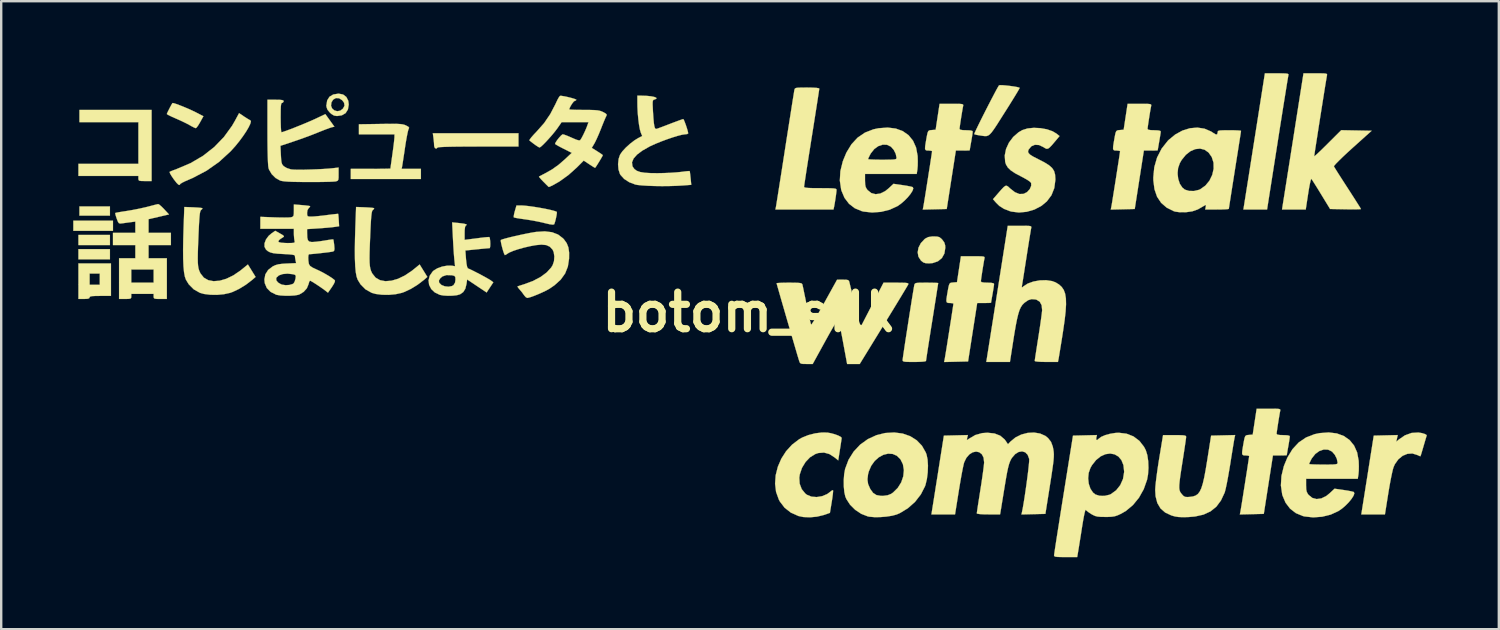
<source format=kicad_pcb>
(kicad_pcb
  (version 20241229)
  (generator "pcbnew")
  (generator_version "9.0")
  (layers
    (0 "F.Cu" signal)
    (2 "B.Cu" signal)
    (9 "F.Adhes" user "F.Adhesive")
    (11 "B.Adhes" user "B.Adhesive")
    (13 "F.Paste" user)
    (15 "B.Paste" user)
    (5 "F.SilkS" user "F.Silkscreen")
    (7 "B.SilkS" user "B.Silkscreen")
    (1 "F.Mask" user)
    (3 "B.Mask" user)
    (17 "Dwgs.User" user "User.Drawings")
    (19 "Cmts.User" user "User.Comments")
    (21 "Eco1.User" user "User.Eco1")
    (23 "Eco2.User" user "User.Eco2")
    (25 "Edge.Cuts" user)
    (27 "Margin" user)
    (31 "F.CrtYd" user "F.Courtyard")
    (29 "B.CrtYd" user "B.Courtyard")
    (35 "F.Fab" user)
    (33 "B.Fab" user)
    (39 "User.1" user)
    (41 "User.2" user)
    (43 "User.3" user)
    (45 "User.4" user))
  (footprint "botom_silk"
    (layer "F.Cu")
    (at 28.157 9.953)
    (property "Reference" "botom_silk" (at 0 0 0) (layer "F.SilkS") (effects (font (size 1.524 1.524) (thickness 0.3))))
    (attr through_hole)
    (fp_poly (pts (xy -26.628 -4.022) (xy -27.898 -4.022) (xy -27.898 -4.403) (xy -26.628 -4.403) (xy -26.628 -4.022)) (stroke (width 0.01) (type solid)) (fill yes) (layer "F.SilkS"))
    (fp_poly (pts (xy -26.628 -2.794) (xy -27.94 -2.794) (xy -27.94 -3.217) (xy -26.628 -3.217) (xy -26.628 -2.794)) (stroke (width 0.01) (type solid)) (fill yes) (layer "F.SilkS"))
    (fp_poly (pts (xy -26.628 -2.201) (xy -27.94 -2.201) (xy -27.94 -2.625) (xy -26.628 -2.625) (xy -26.628 -2.201)) (stroke (width 0.01) (type solid)) (fill yes) (layer "F.SilkS"))
    (fp_poly (pts (xy -26.501 -3.387) (xy -28.152 -3.387) (xy -28.152 -3.81) (xy -26.501 -3.81) (xy -26.501 -3.387)) (stroke (width 0.01) (type solid)) (fill yes) (layer "F.SilkS"))
    (fp_poly (pts (xy -24.892 -5.461) (xy -25.167 -5.461) (xy -25.315 -5.463) (xy -25.397 -5.473) (xy -25.433 -5.5) (xy -25.442 -5.55) (xy -25.442 -5.567) (xy -25.442 -5.673) (xy -27.94 -5.673) (xy -27.94 -6.181) (xy -25.442 -6.181) (xy -25.442 -7.916) (xy -27.898 -7.916) (xy -27.898 -8.424) (xy -24.892 -8.424) (xy -24.892 -5.461)) (stroke (width 0.01) (type solid)) (fill yes) (layer "F.SilkS"))
    (fp_poly (pts (xy -9.61 -6.9) (xy -11.279 -6.9) (xy -11.74 -6.899) (xy -12.132 -6.896) (xy -12.453 -6.891) (xy -12.701 -6.884) (xy -12.871 -6.875) (xy -12.961 -6.864) (xy -12.975 -6.858) (xy -13.034 -6.812) (xy -13.091 -6.835) (xy -13.122 -6.915) (xy -13.123 -6.937) (xy -13.129 -7.055) (xy -13.144 -7.205) (xy -13.15 -7.254) (xy -13.177 -7.451) (xy -9.61 -7.451) (xy -9.61 -6.9)) (stroke (width 0.01) (type solid)) (fill yes) (layer "F.SilkS"))
    (fp_poly (pts (xy -26.585 -0.677) (xy -27.03 -0.677) (xy -27.233 -0.675) (xy -27.365 -0.668) (xy -27.44 -0.654) (xy -27.471 -0.631) (xy -27.474 -0.614) (xy -27.495 -0.576) (xy -27.569 -0.556) (xy -27.707 -0.55) (xy -27.94 -0.55) (xy -27.94 -1.609) (xy -27.474 -1.609) (xy -27.474 -1.143) (xy -27.051 -1.143) (xy -27.051 -1.609) (xy -27.474 -1.609) (xy -27.94 -1.609) (xy -27.94 -2.032) (xy -26.585 -2.032) (xy -26.585 -0.677)) (stroke (width 0.01) (type solid)) (fill yes) (layer "F.SilkS"))
    (fp_poly (pts (xy 7.833 -3.148) (xy 7.925 -3.123) (xy 8.002 -3.064) (xy 8.047 -3.016) (xy 8.13 -2.901) (xy 8.165 -2.781) (xy 8.17 -2.677) (xy 8.133 -2.443) (xy 8.029 -2.255) (xy 7.864 -2.119) (xy 7.648 -2.045) (xy 7.5 -2.032) (xy 7.355 -2.039) (xy 7.257 -2.07) (xy 7.169 -2.138) (xy 7.151 -2.156) (xy 7.051 -2.311) (xy 7.02 -2.493) (xy 7.054 -2.687) (xy 7.151 -2.875) (xy 7.306 -3.041) (xy 7.337 -3.065) (xy 7.457 -3.127) (xy 7.616 -3.152) (xy 7.69 -3.154) (xy 7.833 -3.148)) (stroke (width 0.01) (type solid)) (fill yes) (layer "F.SilkS"))
    (fp_poly (pts (xy -23.979 -8.707) (xy -23.875 -8.675) (xy -23.728 -8.621) (xy -23.556 -8.553) (xy -23.375 -8.477) (xy -23.203 -8.399) (xy -23.062 -8.331) (xy -22.734 -8.162) (xy -22.871 -7.913) (xy -22.946 -7.787) (xy -23.011 -7.697) (xy -23.05 -7.664) (xy -23.108 -7.684) (xy -23.211 -7.736) (xy -23.305 -7.789) (xy -23.443 -7.863) (xy -23.628 -7.953) (xy -23.825 -8.042) (xy -23.887 -8.069) (xy -24.046 -8.139) (xy -24.171 -8.2) (xy -24.245 -8.242) (xy -24.257 -8.255) (xy -24.239 -8.302) (xy -24.194 -8.396) (xy -24.135 -8.511) (xy -24.076 -8.621) (xy -24.03 -8.7) (xy -24.023 -8.711) (xy -23.979 -8.707)) (stroke (width 0.01) (type solid)) (fill yes) (layer "F.SilkS"))
    (fp_poly (pts (xy 22.196 -9.947) (xy 22.338 -9.943) (xy 22.421 -9.933) (xy 22.46 -9.916) (xy 22.467 -9.889) (xy 22.463 -9.874) (xy 22.453 -9.821) (xy 22.431 -9.691) (xy 22.398 -9.491) (xy 22.356 -9.229) (xy 22.305 -8.912) (xy 22.246 -8.548) (xy 22.182 -8.142) (xy 22.112 -7.703) (xy 22.039 -7.237) (xy 22.008 -7.038) (xy 21.574 -4.276) (xy 20.588 -4.276) (xy 20.727 -5.154) (xy 20.764 -5.386) (xy 20.812 -5.687) (xy 20.868 -6.044) (xy 20.931 -6.444) (xy 20.998 -6.871) (xy 21.068 -7.313) (xy 21.138 -7.755) (xy 21.175 -7.99) (xy 21.483 -9.948) (xy 21.984 -9.948) (xy 22.196 -9.947)) (stroke (width 0.01) (type solid)) (fill yes) (layer "F.SilkS"))
    (fp_poly (pts (xy -9.513 -4.445) (xy -9.364 -4.437) (xy -9.169 -4.416) (xy -8.948 -4.385) (xy -8.717 -4.347) (xy -8.493 -4.306) (xy -8.293 -4.263) (xy -8.135 -4.223) (xy -8.035 -4.189) (xy -8.013 -4.175) (xy -8.011 -4.126) (xy -8.026 -4.024) (xy -8.052 -3.897) (xy -8.083 -3.773) (xy -8.113 -3.681) (xy -8.123 -3.659) (xy -8.178 -3.645) (xy -8.309 -3.662) (xy -8.517 -3.71) (xy -8.53 -3.713) (xy -8.752 -3.765) (xy -9.013 -3.816) (xy -9.267 -3.857) (xy -9.346 -3.868) (xy -9.529 -3.894) (xy -9.679 -3.918) (xy -9.777 -3.939) (xy -9.805 -3.949) (xy -9.807 -3.999) (xy -9.788 -4.105) (xy -9.761 -4.209) (xy -9.692 -4.445) (xy -9.513 -4.445)) (stroke (width 0.01) (type solid)) (fill yes) (layer "F.SilkS"))
    (fp_poly (pts (xy -16.915 -9.066) (xy -16.779 -8.963) (xy -16.699 -8.804) (xy -16.68 -8.65) (xy -16.714 -8.443) (xy -16.81 -8.291) (xy -16.966 -8.2) (xy -17.168 -8.17) (xy -17.292 -8.189) (xy -17.402 -8.255) (xy -17.467 -8.314) (xy -17.565 -8.432) (xy -17.606 -8.545) (xy -17.61 -8.599) (xy -17.418 -8.599) (xy -17.372 -8.484) (xy -17.279 -8.404) (xy -17.16 -8.37) (xy -17.034 -8.392) (xy -16.923 -8.475) (xy -16.856 -8.599) (xy -16.874 -8.722) (xy -16.953 -8.828) (xy -17.083 -8.912) (xy -17.215 -8.918) (xy -17.33 -8.852) (xy -17.4 -8.739) (xy -17.418 -8.599) (xy -17.61 -8.599) (xy -17.611 -8.613) (xy -17.578 -8.821) (xy -17.483 -8.973) (xy -17.326 -9.067) (xy -17.111 -9.102) (xy -17.097 -9.102) (xy -16.915 -9.066)) (stroke (width 0.01) (type solid)) (fill yes) (layer "F.SilkS"))
    (fp_poly (pts (xy -21.04 -8.149) (xy -20.918 -8.071) (xy -20.82 -8.012) (xy -20.777 -7.991) (xy -20.755 -7.944) (xy -20.782 -7.844) (xy -20.85 -7.702) (xy -20.952 -7.528) (xy -21.082 -7.334) (xy -21.233 -7.129) (xy -21.398 -6.925) (xy -21.57 -6.733) (xy -21.606 -6.695) (xy -22.086 -6.256) (xy -22.606 -5.891) (xy -23.175 -5.592) (xy -23.344 -5.519) (xy -23.499 -5.452) (xy -23.621 -5.391) (xy -23.69 -5.347) (xy -23.699 -5.336) (xy -23.728 -5.297) (xy -23.778 -5.313) (xy -23.855 -5.39) (xy -23.966 -5.533) (xy -23.981 -5.554) (xy -24.068 -5.682) (xy -24.125 -5.783) (xy -24.143 -5.839) (xy -24.141 -5.844) (xy -24.087 -5.87) (xy -23.977 -5.915) (xy -23.834 -5.967) (xy -23.834 -5.968) (xy -23.266 -6.209) (xy -22.748 -6.513) (xy -22.284 -6.877) (xy -21.88 -7.295) (xy -21.54 -7.763) (xy -21.419 -7.973) (xy -21.248 -8.29) (xy -21.04 -8.149)) (stroke (width 0.01) (type solid)) (fill yes) (layer "F.SilkS"))
    (fp_poly (pts (xy 10.571 -9.453) (xy 10.719 -9.44) (xy 10.883 -9.421) (xy 11.042 -9.399) (xy 11.172 -9.375) (xy 11.252 -9.353) (xy 11.268 -9.341) (xy 11.247 -9.298) (xy 11.186 -9.192) (xy 11.092 -9.035) (xy 10.968 -8.834) (xy 10.823 -8.6) (xy 10.66 -8.343) (xy 10.642 -8.315) (xy 10.456 -8.021) (xy 10.309 -7.79) (xy 10.193 -7.616) (xy 10.1 -7.49) (xy 10.023 -7.406) (xy 9.954 -7.357) (xy 9.885 -7.335) (xy 9.808 -7.334) (xy 9.715 -7.346) (xy 9.601 -7.363) (xy 9.478 -7.384) (xy 9.394 -7.407) (xy 9.376 -7.416) (xy 9.389 -7.457) (xy 9.436 -7.561) (xy 9.51 -7.716) (xy 9.605 -7.91) (xy 9.715 -8.131) (xy 9.834 -8.367) (xy 9.957 -8.607) (xy 10.076 -8.838) (xy 10.186 -9.048) (xy 10.28 -9.226) (xy 10.354 -9.359) (xy 10.4 -9.436) (xy 10.408 -9.448) (xy 10.46 -9.456) (xy 10.571 -9.453)) (stroke (width 0.01) (type solid)) (fill yes) (layer "F.SilkS"))
    (fp_poly (pts (xy 28.029 5.039) (xy 28.153 5.078) (xy 28.218 5.118) (xy 28.224 5.138) (xy 28.205 5.197) (xy 28.169 5.318) (xy 28.122 5.479) (xy 28.09 5.588) (xy 28.04 5.759) (xy 27.999 5.897) (xy 27.971 5.982) (xy 27.964 6.002) (xy 27.923 5.992) (xy 27.839 5.953) (xy 27.83 5.949) (xy 27.627 5.887) (xy 27.42 5.901) (xy 27.221 5.984) (xy 27.043 6.129) (xy 26.9 6.33) (xy 26.843 6.457) (xy 26.811 6.565) (xy 26.771 6.741) (xy 26.725 6.967) (xy 26.677 7.226) (xy 26.63 7.503) (xy 26.623 7.549) (xy 26.484 8.424) (xy 25.499 8.424) (xy 25.642 7.525) (xy 25.694 7.194) (xy 25.752 6.832) (xy 25.809 6.468) (xy 25.862 6.131) (xy 25.901 5.884) (xy 26.018 5.144) (xy 27.016 5.12) (xy 26.956 5.397) (xy 27.057 5.31) (xy 27.316 5.132) (xy 27.592 5.032) (xy 27.876 5.014) (xy 28.029 5.039)) (stroke (width 0.01) (type solid)) (fill yes) (layer "F.SilkS"))
    (fp_poly (pts (xy -14.646 -7.842) (xy -14.519 -7.834) (xy -14.427 -7.821) (xy -14.355 -7.802) (xy -14.295 -7.777) (xy -14.195 -7.722) (xy -14.164 -7.678) (xy -14.181 -7.642) (xy -14.203 -7.582) (xy -14.233 -7.454) (xy -14.268 -7.273) (xy -14.306 -7.054) (xy -14.331 -6.893) (xy -14.366 -6.652) (xy -14.4 -6.433) (xy -14.427 -6.252) (xy -14.447 -6.128) (xy -14.454 -6.085) (xy -14.476 -5.969) (xy -13.674 -5.969) (xy -13.674 -5.546) (xy -16.595 -5.546) (xy -16.595 -5.969) (xy -15.769 -5.969) (xy -15.515 -5.97) (xy -15.293 -5.971) (xy -15.115 -5.974) (xy -14.995 -5.977) (xy -14.944 -5.98) (xy -14.944 -5.981) (xy -14.938 -6.025) (xy -14.923 -6.137) (xy -14.899 -6.302) (xy -14.871 -6.506) (xy -14.86 -6.584) (xy -14.829 -6.808) (xy -14.803 -7.011) (xy -14.785 -7.174) (xy -14.776 -7.277) (xy -14.775 -7.292) (xy -14.774 -7.408) (xy -16.256 -7.408) (xy -16.256 -7.826) (xy -15.356 -7.84) (xy -15.052 -7.844) (xy -14.819 -7.845) (xy -14.646 -7.842)) (stroke (width 0.01) (type solid)) (fill yes) (layer "F.SilkS"))
    (fp_poly (pts (xy 7.579 -1.226) (xy 7.735 -1.223) (xy 7.839 -1.217) (xy 7.874 -1.211) (xy 7.868 -1.167) (xy 7.849 -1.048) (xy 7.82 -0.865) (xy 7.783 -0.625) (xy 7.737 -0.338) (xy 7.686 -0.014) (xy 7.63 0.339) (xy 7.62 0.399) (xy 7.563 0.756) (xy 7.511 1.088) (xy 7.464 1.385) (xy 7.425 1.637) (xy 7.395 1.834) (xy 7.375 1.969) (xy 7.366 2.031) (xy 7.366 2.033) (xy 7.326 2.051) (xy 7.213 2.064) (xy 7.041 2.072) (xy 6.879 2.074) (xy 6.67 2.073) (xy 6.53 2.069) (xy 6.448 2.058) (xy 6.406 2.039) (xy 6.393 2.01) (xy 6.392 1.994) (xy 6.399 1.937) (xy 6.417 1.808) (xy 6.445 1.619) (xy 6.48 1.381) (xy 6.522 1.105) (xy 6.569 0.805) (xy 6.618 0.49) (xy 6.667 0.173) (xy 6.716 -0.135) (xy 6.761 -0.421) (xy 6.802 -0.675) (xy 6.837 -0.885) (xy 6.863 -1.039) (xy 6.879 -1.126) (xy 6.88 -1.132) (xy 6.894 -1.173) (xy 6.921 -1.2) (xy 6.978 -1.217) (xy 7.08 -1.225) (xy 7.242 -1.227) (xy 7.388 -1.228) (xy 7.579 -1.226)) (stroke (width 0.01) (type solid)) (fill yes) (layer "F.SilkS"))
    (fp_poly (pts (xy -23.163 -4.367) (xy -22.995 -4.358) (xy -22.863 -4.347) (xy -22.786 -4.335) (xy -22.775 -4.331) (xy -22.787 -4.294) (xy -22.826 -4.259) (xy -22.848 -4.233) (xy -22.867 -4.185) (xy -22.883 -4.105) (xy -22.896 -3.984) (xy -22.909 -3.812) (xy -22.922 -3.579) (xy -22.936 -3.274) (xy -22.942 -3.126) (xy -22.957 -2.761) (xy -22.966 -2.469) (xy -22.969 -2.24) (xy -22.966 -2.062) (xy -22.955 -1.924) (xy -22.936 -1.816) (xy -22.908 -1.726) (xy -22.871 -1.644) (xy -22.85 -1.605) (xy -22.715 -1.437) (xy -22.532 -1.332) (xy -22.31 -1.29) (xy -22.058 -1.309) (xy -21.783 -1.389) (xy -21.493 -1.529) (xy -21.197 -1.729) (xy -21.14 -1.775) (xy -20.88 -1.986) (xy -20.72 -1.726) (xy -20.56 -1.467) (xy -20.704 -1.342) (xy -20.963 -1.144) (xy -21.242 -0.972) (xy -21.511 -0.844) (xy -21.623 -0.804) (xy -21.878 -0.748) (xy -22.163 -0.721) (xy -22.45 -0.725) (xy -22.71 -0.758) (xy -22.878 -0.805) (xy -23.136 -0.95) (xy -23.345 -1.161) (xy -23.462 -1.353) (xy -23.507 -1.482) (xy -23.541 -1.667) (xy -23.564 -1.912) (xy -23.577 -2.223) (xy -23.58 -2.604) (xy -23.573 -3.06) (xy -23.559 -3.528) (xy -23.529 -4.381) (xy -23.163 -4.367)) (stroke (width 0.01) (type solid)) (fill yes) (layer "F.SilkS"))
    (fp_poly (pts (xy -16.008 -4.367) (xy -15.841 -4.358) (xy -15.708 -4.347) (xy -15.632 -4.335) (xy -15.621 -4.331) (xy -15.633 -4.294) (xy -15.671 -4.259) (xy -15.694 -4.233) (xy -15.713 -4.185) (xy -15.728 -4.105) (xy -15.742 -3.984) (xy -15.755 -3.812) (xy -15.768 -3.579) (xy -15.782 -3.274) (xy -15.788 -3.126) (xy -15.803 -2.761) (xy -15.812 -2.469) (xy -15.815 -2.24) (xy -15.811 -2.062) (xy -15.8 -1.924) (xy -15.781 -1.816) (xy -15.754 -1.726) (xy -15.717 -1.644) (xy -15.696 -1.605) (xy -15.56 -1.437) (xy -15.378 -1.332) (xy -15.156 -1.29) (xy -14.903 -1.309) (xy -14.628 -1.389) (xy -14.339 -1.529) (xy -14.043 -1.729) (xy -13.985 -1.775) (xy -13.726 -1.986) (xy -13.565 -1.726) (xy -13.405 -1.467) (xy -13.55 -1.342) (xy -13.809 -1.144) (xy -14.087 -0.972) (xy -14.357 -0.844) (xy -14.469 -0.804) (xy -14.723 -0.748) (xy -15.008 -0.721) (xy -15.295 -0.725) (xy -15.555 -0.758) (xy -15.723 -0.805) (xy -15.982 -0.95) (xy -16.191 -1.161) (xy -16.308 -1.353) (xy -16.353 -1.482) (xy -16.387 -1.667) (xy -16.41 -1.912) (xy -16.423 -2.223) (xy -16.426 -2.604) (xy -16.419 -3.06) (xy -16.405 -3.528) (xy -16.374 -4.381) (xy -16.008 -4.367)) (stroke (width 0.01) (type solid)) (fill yes) (layer "F.SilkS"))
    (fp_poly (pts (xy 3.26 5.017) (xy 3.412 5.045) (xy 3.57 5.088) (xy 3.71 5.14) (xy 3.811 5.192) (xy 3.853 5.235) (xy 3.853 5.236) (xy 3.847 5.29) (xy 3.83 5.408) (xy 3.805 5.573) (xy 3.781 5.723) (xy 3.71 6.175) (xy 3.58 6.066) (xy 3.351 5.915) (xy 3.118 5.849) (xy 2.881 5.868) (xy 2.761 5.908) (xy 2.539 6.043) (xy 2.348 6.242) (xy 2.2 6.487) (xy 2.108 6.758) (xy 2.088 6.898) (xy 2.104 7.147) (xy 2.19 7.373) (xy 2.338 7.555) (xy 2.409 7.609) (xy 2.594 7.685) (xy 2.812 7.703) (xy 3.039 7.666) (xy 3.249 7.578) (xy 3.375 7.484) (xy 3.448 7.428) (xy 3.493 7.416) (xy 3.494 7.417) (xy 3.496 7.465) (xy 3.486 7.579) (xy 3.465 7.74) (xy 3.44 7.9) (xy 3.364 8.361) (xy 3.09 8.455) (xy 2.823 8.519) (xy 2.533 8.546) (xy 2.254 8.534) (xy 2.053 8.492) (xy 1.738 8.352) (xy 1.478 8.149) (xy 1.278 7.887) (xy 1.236 7.808) (xy 1.121 7.489) (xy 1.08 7.147) (xy 1.105 6.793) (xy 1.194 6.441) (xy 1.34 6.103) (xy 1.54 5.791) (xy 1.789 5.518) (xy 2.082 5.295) (xy 2.21 5.224) (xy 2.463 5.122) (xy 2.748 5.049) (xy 3.031 5.013) (xy 3.26 5.017)) (stroke (width 0.01) (type solid)) (fill yes) (layer "F.SilkS"))
    (fp_poly (pts (xy -24.569 -4.477) (xy -24.483 -4.403) (xy -24.377 -4.297) (xy -24.371 -4.29) (xy -24.167 -4.071) (xy -24.593 -3.972) (xy -25.019 -3.873) (xy -25.019 -3.302) (xy -24.088 -3.302) (xy -24.088 -2.794) (xy -25.019 -2.794) (xy -25.019 -2.244) (xy -24.257 -2.244) (xy -24.257 -0.55) (xy -24.532 -0.55) (xy -24.68 -0.552) (xy -24.762 -0.563) (xy -24.798 -0.589) (xy -24.807 -0.639) (xy -24.807 -0.656) (xy -24.807 -0.762) (xy -25.739 -0.762) (xy -25.739 -0.656) (xy -25.744 -0.598) (xy -25.773 -0.566) (xy -25.847 -0.553) (xy -25.984 -0.55) (xy -25.993 -0.55) (xy -26.247 -0.55) (xy -26.247 -1.778) (xy -25.739 -1.778) (xy -25.739 -1.228) (xy -24.807 -1.228) (xy -24.807 -1.778) (xy -25.739 -1.778) (xy -26.247 -1.778) (xy -26.247 -2.244) (xy -25.569 -2.244) (xy -25.569 -2.794) (xy -26.501 -2.794) (xy -26.501 -3.302) (xy -25.569 -3.302) (xy -25.569 -3.773) (xy -25.77 -3.747) (xy -25.929 -3.726) (xy -26.081 -3.705) (xy -26.12 -3.7) (xy -26.206 -3.692) (xy -26.259 -3.711) (xy -26.299 -3.776) (xy -26.345 -3.897) (xy -26.385 -4.019) (xy -26.406 -4.105) (xy -26.406 -4.13) (xy -26.36 -4.143) (xy -26.248 -4.164) (xy -26.087 -4.191) (xy -25.927 -4.215) (xy -25.68 -4.257) (xy -25.409 -4.31) (xy -25.159 -4.366) (xy -25.061 -4.39) (xy -24.885 -4.436) (xy -24.739 -4.474) (xy -24.643 -4.497) (xy -24.617 -4.502) (xy -24.569 -4.477)) (stroke (width 0.01) (type solid)) (fill yes) (layer "F.SilkS"))
    (fp_poly (pts (xy 2.642 -9.352) (xy 2.808 -9.342) (xy 2.902 -9.326) (xy 2.921 -9.313) (xy 2.915 -9.263) (xy 2.896 -9.139) (xy 2.867 -8.947) (xy 2.828 -8.697) (xy 2.781 -8.397) (xy 2.727 -8.054) (xy 2.668 -7.678) (xy 2.604 -7.277) (xy 2.603 -7.273) (xy 2.54 -6.871) (xy 2.48 -6.494) (xy 2.426 -6.15) (xy 2.379 -5.847) (xy 2.341 -5.595) (xy 2.311 -5.4) (xy 2.293 -5.273) (xy 2.286 -5.221) (xy 2.286 -5.221) (xy 2.303 -5.199) (xy 2.363 -5.183) (xy 2.473 -5.173) (xy 2.646 -5.167) (xy 2.891 -5.165) (xy 2.963 -5.165) (xy 3.218 -5.164) (xy 3.399 -5.161) (xy 3.52 -5.154) (xy 3.593 -5.143) (xy 3.629 -5.125) (xy 3.64 -5.099) (xy 3.64 -5.091) (xy 3.633 -5.008) (xy 3.616 -4.871) (xy 3.592 -4.706) (xy 3.566 -4.543) (xy 3.542 -4.41) (xy 3.534 -4.371) (xy 3.512 -4.276) (xy 1.094 -4.276) (xy 1.117 -4.392) (xy 1.128 -4.455) (xy 1.15 -4.593) (xy 1.183 -4.799) (xy 1.225 -5.065) (xy 1.275 -5.382) (xy 1.332 -5.743) (xy 1.394 -6.14) (xy 1.46 -6.564) (xy 1.502 -6.837) (xy 1.57 -7.273) (xy 1.635 -7.686) (xy 1.695 -8.068) (xy 1.749 -8.411) (xy 1.795 -8.707) (xy 1.834 -8.947) (xy 1.863 -9.126) (xy 1.88 -9.233) (xy 1.885 -9.26) (xy 1.898 -9.301) (xy 1.925 -9.328) (xy 1.98 -9.344) (xy 2.079 -9.352) (xy 2.236 -9.355) (xy 2.414 -9.356) (xy 2.642 -9.352)) (stroke (width 0.01) (type solid)) (fill yes) (layer "F.SilkS"))
    (fp_poly (pts (xy 8.645 -8.678) (xy 8.786 -8.675) (xy 8.87 -8.666) (xy 8.909 -8.649) (xy 8.919 -8.621) (xy 8.912 -8.583) (xy 8.894 -8.493) (xy 8.87 -8.35) (xy 8.841 -8.176) (xy 8.813 -7.996) (xy 8.788 -7.829) (xy 8.77 -7.701) (xy 8.763 -7.632) (xy 8.763 -7.631) (xy 8.796 -7.599) (xy 8.9 -7.582) (xy 9.038 -7.578) (xy 9.204 -7.571) (xy 9.293 -7.551) (xy 9.313 -7.525) (xy 9.306 -7.461) (xy 9.288 -7.337) (xy 9.261 -7.175) (xy 9.25 -7.112) (xy 9.221 -6.949) (xy 9.199 -6.822) (xy 9.188 -6.75) (xy 9.186 -6.742) (xy 9.148 -6.736) (xy 9.046 -6.733) (xy 8.903 -6.731) (xy 8.898 -6.731) (xy 8.61 -6.731) (xy 8.23 -4.297) (xy 7.731 -4.285) (xy 7.232 -4.273) (xy 7.256 -4.391) (xy 7.268 -4.461) (xy 7.291 -4.598) (xy 7.322 -4.788) (xy 7.359 -5.018) (xy 7.399 -5.274) (xy 7.442 -5.544) (xy 7.484 -5.814) (xy 7.525 -6.071) (xy 7.56 -6.301) (xy 7.589 -6.492) (xy 7.61 -6.629) (xy 7.619 -6.699) (xy 7.62 -6.705) (xy 7.583 -6.722) (xy 7.491 -6.731) (xy 7.472 -6.731) (xy 7.392 -6.735) (xy 7.345 -6.757) (xy 7.326 -6.812) (xy 7.332 -6.916) (xy 7.358 -7.085) (xy 7.367 -7.136) (xy 7.401 -7.33) (xy 7.428 -7.456) (xy 7.455 -7.53) (xy 7.492 -7.566) (xy 7.547 -7.58) (xy 7.61 -7.586) (xy 7.768 -7.599) (xy 7.932 -8.678) (xy 8.433 -8.678) (xy 8.645 -8.678)) (stroke (width 0.01) (type solid)) (fill yes) (layer "F.SilkS"))
    (fp_poly (pts (xy 9.534 -2.328) (xy 9.675 -2.325) (xy 9.759 -2.316) (xy 9.798 -2.299) (xy 9.808 -2.271) (xy 9.801 -2.233) (xy 9.783 -2.143) (xy 9.759 -2) (xy 9.73 -1.826) (xy 9.702 -1.646) (xy 9.677 -1.479) (xy 9.659 -1.351) (xy 9.652 -1.282) (xy 9.652 -1.281) (xy 9.685 -1.249) (xy 9.789 -1.232) (xy 9.927 -1.228) (xy 10.093 -1.221) (xy 10.182 -1.201) (xy 10.202 -1.175) (xy 10.195 -1.111) (xy 10.177 -0.987) (xy 10.15 -0.825) (xy 10.139 -0.762) (xy 10.11 -0.599) (xy 10.088 -0.472) (xy 10.077 -0.4) (xy 10.075 -0.392) (xy 10.037 -0.386) (xy 9.935 -0.383) (xy 9.792 -0.381) (xy 9.787 -0.381) (xy 9.499 -0.381) (xy 9.119 2.053) (xy 8.62 2.065) (xy 8.121 2.077) (xy 8.145 1.959) (xy 8.157 1.889) (xy 8.18 1.752) (xy 8.211 1.562) (xy 8.248 1.332) (xy 8.288 1.076) (xy 8.331 0.806) (xy 8.373 0.536) (xy 8.414 0.279) (xy 8.449 0.049) (xy 8.478 -0.142) (xy 8.499 -0.279) (xy 8.508 -0.349) (xy 8.509 -0.355) (xy 8.472 -0.372) (xy 8.38 -0.381) (xy 8.361 -0.381) (xy 8.281 -0.385) (xy 8.234 -0.407) (xy 8.215 -0.462) (xy 8.221 -0.566) (xy 8.247 -0.735) (xy 8.256 -0.786) (xy 8.29 -0.98) (xy 8.317 -1.106) (xy 8.344 -1.18) (xy 8.381 -1.216) (xy 8.436 -1.23) (xy 8.499 -1.236) (xy 8.657 -1.249) (xy 8.821 -2.328) (xy 9.322 -2.328) (xy 9.534 -2.328)) (stroke (width 0.01) (type solid)) (fill yes) (layer "F.SilkS"))
    (fp_poly (pts (xy 16.477 -8.678) (xy 16.618 -8.675) (xy 16.701 -8.666) (xy 16.741 -8.649) (xy 16.75 -8.621) (xy 16.744 -8.583) (xy 16.726 -8.493) (xy 16.701 -8.35) (xy 16.673 -8.176) (xy 16.645 -7.996) (xy 16.62 -7.829) (xy 16.602 -7.701) (xy 16.595 -7.632) (xy 16.595 -7.631) (xy 16.628 -7.599) (xy 16.732 -7.582) (xy 16.87 -7.578) (xy 17.035 -7.571) (xy 17.124 -7.551) (xy 17.145 -7.525) (xy 17.138 -7.461) (xy 17.119 -7.337) (xy 17.092 -7.175) (xy 17.081 -7.112) (xy 17.053 -6.949) (xy 17.031 -6.822) (xy 17.019 -6.75) (xy 17.018 -6.742) (xy 16.979 -6.736) (xy 16.878 -6.733) (xy 16.735 -6.731) (xy 16.73 -6.731) (xy 16.442 -6.731) (xy 16.062 -4.297) (xy 15.563 -4.285) (xy 15.063 -4.273) (xy 15.087 -4.391) (xy 15.1 -4.461) (xy 15.123 -4.598) (xy 15.153 -4.788) (xy 15.19 -5.018) (xy 15.231 -5.274) (xy 15.274 -5.544) (xy 15.316 -5.814) (xy 15.356 -6.071) (xy 15.392 -6.301) (xy 15.421 -6.492) (xy 15.441 -6.629) (xy 15.451 -6.699) (xy 15.452 -6.705) (xy 15.414 -6.722) (xy 15.323 -6.731) (xy 15.303 -6.731) (xy 15.224 -6.735) (xy 15.177 -6.757) (xy 15.158 -6.812) (xy 15.164 -6.916) (xy 15.19 -7.085) (xy 15.199 -7.136) (xy 15.233 -7.33) (xy 15.259 -7.456) (xy 15.287 -7.53) (xy 15.324 -7.566) (xy 15.378 -7.58) (xy 15.441 -7.586) (xy 15.6 -7.599) (xy 15.764 -8.678) (xy 16.265 -8.678) (xy 16.477 -8.678)) (stroke (width 0.01) (type solid)) (fill yes) (layer "F.SilkS"))
    (fp_poly (pts (xy 21.853 4.022) (xy 21.994 4.025) (xy 22.078 4.034) (xy 22.117 4.051) (xy 22.127 4.079) (xy 22.12 4.117) (xy 22.102 4.207) (xy 22.078 4.35) (xy 22.049 4.524) (xy 22.021 4.704) (xy 21.996 4.871) (xy 21.978 4.999) (xy 21.971 5.068) (xy 21.971 5.069) (xy 22.004 5.101) (xy 22.108 5.118) (xy 22.246 5.122) (xy 22.412 5.129) (xy 22.501 5.149) (xy 22.521 5.175) (xy 22.514 5.239) (xy 22.496 5.363) (xy 22.469 5.525) (xy 22.458 5.588) (xy 22.429 5.751) (xy 22.407 5.878) (xy 22.396 5.95) (xy 22.394 5.958) (xy 22.356 5.964) (xy 22.254 5.967) (xy 22.111 5.969) (xy 22.106 5.969) (xy 21.818 5.969) (xy 21.438 8.403) (xy 20.939 8.415) (xy 20.44 8.427) (xy 20.464 8.309) (xy 20.476 8.239) (xy 20.499 8.102) (xy 20.53 7.912) (xy 20.567 7.682) (xy 20.607 7.426) (xy 20.65 7.156) (xy 20.692 6.886) (xy 20.733 6.629) (xy 20.768 6.399) (xy 20.797 6.208) (xy 20.818 6.071) (xy 20.827 6.001) (xy 20.828 5.995) (xy 20.791 5.978) (xy 20.699 5.969) (xy 20.68 5.969) (xy 20.6 5.965) (xy 20.553 5.943) (xy 20.534 5.888) (xy 20.54 5.784) (xy 20.566 5.615) (xy 20.575 5.564) (xy 20.609 5.37) (xy 20.636 5.244) (xy 20.663 5.17) (xy 20.7 5.134) (xy 20.755 5.12) (xy 20.818 5.114) (xy 20.976 5.101) (xy 21.14 4.022) (xy 21.641 4.022) (xy 21.853 4.022)) (stroke (width 0.01) (type solid)) (fill yes) (layer "F.SilkS"))
    (fp_poly (pts (xy 6.393 5.057) (xy 6.708 5.167) (xy 6.979 5.337) (xy 7.197 5.564) (xy 7.355 5.842) (xy 7.389 5.931) (xy 7.432 6.138) (xy 7.448 6.395) (xy 7.438 6.675) (xy 7.404 6.949) (xy 7.347 7.189) (xy 7.327 7.249) (xy 7.152 7.592) (xy 6.909 7.904) (xy 6.612 8.168) (xy 6.278 8.371) (xy 6.143 8.429) (xy 5.958 8.479) (xy 5.722 8.516) (xy 5.465 8.537) (xy 5.217 8.539) (xy 5.008 8.521) (xy 4.942 8.508) (xy 4.67 8.402) (xy 4.418 8.235) (xy 4.205 8.024) (xy 4.049 7.784) (xy 4.004 7.676) (xy 3.964 7.492) (xy 3.942 7.256) (xy 3.94 6.998) (xy 3.942 6.97) (xy 4.927 6.97) (xy 4.955 7.161) (xy 5.043 7.363) (xy 5.047 7.369) (xy 5.161 7.528) (xy 5.303 7.62) (xy 5.489 7.653) (xy 5.594 7.651) (xy 5.774 7.626) (xy 5.914 7.569) (xy 5.99 7.517) (xy 6.189 7.322) (xy 6.334 7.09) (xy 6.42 6.838) (xy 6.445 6.581) (xy 6.405 6.337) (xy 6.303 6.131) (xy 6.154 5.983) (xy 5.978 5.906) (xy 5.787 5.894) (xy 5.591 5.942) (xy 5.401 6.046) (xy 5.229 6.199) (xy 5.086 6.398) (xy 4.983 6.637) (xy 4.953 6.753) (xy 4.927 6.97) (xy 3.942 6.97) (xy 3.958 6.748) (xy 3.996 6.536) (xy 3.997 6.53) (xy 4.14 6.149) (xy 4.352 5.81) (xy 4.623 5.52) (xy 4.945 5.288) (xy 5.308 5.122) (xy 5.662 5.035) (xy 6.042 5.012) (xy 6.393 5.057)) (stroke (width 0.01) (type solid)) (fill yes) (layer "F.SilkS"))
    (fp_poly (pts (xy -8.211 -3.329) (xy -7.961 -3.233) (xy -7.754 -3.075) (xy -7.715 -3.033) (xy -7.6 -2.873) (xy -7.53 -2.697) (xy -7.5 -2.484) (xy -7.502 -2.228) (xy -7.552 -1.901) (xy -7.666 -1.612) (xy -7.851 -1.354) (xy -8.111 -1.119) (xy -8.317 -0.977) (xy -8.445 -0.906) (xy -8.612 -0.826) (xy -8.794 -0.745) (xy -8.972 -0.674) (xy -9.123 -0.621) (xy -9.227 -0.594) (xy -9.244 -0.593) (xy -9.306 -0.625) (xy -9.375 -0.705) (xy -9.377 -0.709) (xy -9.46 -0.824) (xy -9.557 -0.939) (xy -9.559 -0.941) (xy -9.624 -1.019) (xy -9.65 -1.066) (xy -9.649 -1.071) (xy -9.602 -1.089) (xy -9.498 -1.123) (xy -9.377 -1.161) (xy -9.013 -1.295) (xy -8.696 -1.461) (xy -8.437 -1.651) (xy -8.247 -1.858) (xy -8.185 -1.959) (xy -8.129 -2.128) (xy -8.115 -2.32) (xy -8.142 -2.5) (xy -8.187 -2.602) (xy -8.3 -2.724) (xy -8.45 -2.794) (xy -8.651 -2.813) (xy -8.884 -2.792) (xy -9.131 -2.747) (xy -9.385 -2.688) (xy -9.627 -2.62) (xy -9.835 -2.55) (xy -9.99 -2.484) (xy -10.047 -2.45) (xy -10.129 -2.396) (xy -10.176 -2.376) (xy -10.179 -2.378) (xy -10.21 -2.441) (xy -10.249 -2.553) (xy -10.288 -2.691) (xy -10.322 -2.828) (xy -10.344 -2.939) (xy -10.347 -3.001) (xy -10.345 -3.005) (xy -10.286 -3.03) (xy -10.161 -3.067) (xy -9.986 -3.113) (xy -9.777 -3.163) (xy -9.55 -3.214) (xy -9.322 -3.262) (xy -9.109 -3.304) (xy -8.928 -3.335) (xy -8.868 -3.343) (xy -8.511 -3.366) (xy -8.211 -3.329)) (stroke (width 0.01) (type solid)) (fill yes) (layer "F.SilkS"))
    (fp_poly (pts (xy 12.131 -7.665) (xy 12.402 -7.617) (xy 12.64 -7.534) (xy 12.804 -7.436) (xy 12.929 -7.335) (xy 12.756 -7.128) (xy 12.62 -6.968) (xy 12.523 -6.865) (xy 12.452 -6.813) (xy 12.391 -6.804) (xy 12.326 -6.831) (xy 12.255 -6.877) (xy 12.073 -6.962) (xy 11.902 -6.972) (xy 11.753 -6.908) (xy 11.642 -6.774) (xy 11.617 -6.699) (xy 11.635 -6.63) (xy 11.705 -6.559) (xy 11.836 -6.477) (xy 12.038 -6.374) (xy 12.299 -6.24) (xy 12.489 -6.121) (xy 12.62 -6.005) (xy 12.702 -5.879) (xy 12.743 -5.732) (xy 12.755 -5.55) (xy 12.755 -5.506) (xy 12.711 -5.17) (xy 12.593 -4.872) (xy 12.401 -4.615) (xy 12.177 -4.429) (xy 11.885 -4.275) (xy 11.564 -4.181) (xy 11.238 -4.151) (xy 10.927 -4.189) (xy 10.858 -4.208) (xy 10.612 -4.304) (xy 10.423 -4.424) (xy 10.292 -4.552) (xy 10.157 -4.705) (xy 10.369 -4.95) (xy 10.508 -5.109) (xy 10.605 -5.211) (xy 10.675 -5.261) (xy 10.732 -5.265) (xy 10.79 -5.229) (xy 10.865 -5.158) (xy 10.871 -5.153) (xy 11.069 -4.997) (xy 11.257 -4.921) (xy 11.433 -4.927) (xy 11.576 -5.001) (xy 11.689 -5.124) (xy 11.749 -5.263) (xy 11.746 -5.381) (xy 11.697 -5.435) (xy 11.585 -5.512) (xy 11.425 -5.603) (xy 11.327 -5.654) (xy 11.076 -5.787) (xy 10.895 -5.908) (xy 10.773 -6.027) (xy 10.697 -6.155) (xy 10.665 -6.258) (xy 10.646 -6.525) (xy 10.701 -6.797) (xy 10.821 -7.06) (xy 10.997 -7.296) (xy 11.22 -7.491) (xy 11.38 -7.584) (xy 11.595 -7.652) (xy 11.853 -7.678) (xy 12.131 -7.665)) (stroke (width 0.01) (type solid)) (fill yes) (layer "F.SilkS"))
    (fp_poly (pts (xy 20.222 5.216) (xy 20.209 5.284) (xy 20.185 5.423) (xy 20.153 5.619) (xy 20.114 5.86) (xy 20.07 6.133) (xy 20.043 6.308) (xy 19.994 6.602) (xy 19.945 6.881) (xy 19.898 7.129) (xy 19.855 7.332) (xy 19.82 7.474) (xy 19.806 7.519) (xy 19.653 7.845) (xy 19.46 8.104) (xy 19.219 8.298) (xy 18.926 8.433) (xy 18.574 8.512) (xy 18.288 8.536) (xy 18.058 8.54) (xy 17.884 8.533) (xy 17.74 8.511) (xy 17.598 8.471) (xy 17.594 8.47) (xy 17.333 8.349) (xy 17.136 8.177) (xy 17.003 7.952) (xy 16.93 7.67) (xy 16.914 7.408) (xy 16.922 7.273) (xy 16.942 7.072) (xy 16.973 6.821) (xy 17.012 6.537) (xy 17.057 6.238) (xy 17.079 6.107) (xy 17.241 5.122) (xy 17.722 5.122) (xy 17.931 5.124) (xy 18.069 5.129) (xy 18.151 5.14) (xy 18.191 5.16) (xy 18.203 5.189) (xy 18.203 5.196) (xy 18.196 5.259) (xy 18.178 5.391) (xy 18.15 5.581) (xy 18.115 5.815) (xy 18.074 6.08) (xy 18.055 6.202) (xy 18 6.551) (xy 17.959 6.826) (xy 17.932 7.039) (xy 17.917 7.2) (xy 17.915 7.32) (xy 17.926 7.408) (xy 17.949 7.476) (xy 17.984 7.533) (xy 18.02 7.579) (xy 18.094 7.658) (xy 18.162 7.695) (xy 18.26 7.702) (xy 18.358 7.695) (xy 18.489 7.677) (xy 18.598 7.64) (xy 18.69 7.576) (xy 18.767 7.477) (xy 18.835 7.336) (xy 18.896 7.143) (xy 18.955 6.891) (xy 19.015 6.571) (xy 19.08 6.176) (xy 19.085 6.146) (xy 19.243 5.144) (xy 20.245 5.12) (xy 20.222 5.216)) (stroke (width 0.01) (type solid)) (fill yes) (layer "F.SilkS"))
    (fp_poly (pts (xy 23.802 -9.948) (xy 23.943 -9.945) (xy 24.026 -9.936) (xy 24.065 -9.919) (xy 24.074 -9.89) (xy 24.067 -9.853) (xy 24.056 -9.792) (xy 24.034 -9.659) (xy 24.002 -9.467) (xy 23.963 -9.226) (xy 23.919 -8.947) (xy 23.87 -8.64) (xy 23.819 -8.318) (xy 23.767 -7.991) (xy 23.717 -7.67) (xy 23.67 -7.367) (xy 23.627 -7.092) (xy 23.59 -6.855) (xy 23.562 -6.67) (xy 23.544 -6.545) (xy 23.537 -6.493) (xy 23.537 -6.493) (xy 23.566 -6.51) (xy 23.644 -6.578) (xy 23.764 -6.69) (xy 23.916 -6.837) (xy 24.09 -7.009) (xy 24.1 -7.019) (xy 24.663 -7.58) (xy 25.929 -7.556) (xy 25.133 -6.841) (xy 24.917 -6.644) (xy 24.725 -6.464) (xy 24.565 -6.308) (xy 24.445 -6.186) (xy 24.374 -6.105) (xy 24.357 -6.074) (xy 24.385 -6.026) (xy 24.452 -5.917) (xy 24.552 -5.758) (xy 24.679 -5.56) (xy 24.826 -5.332) (xy 24.931 -5.17) (xy 25.085 -4.931) (xy 25.223 -4.716) (xy 25.338 -4.535) (xy 25.424 -4.399) (xy 25.474 -4.316) (xy 25.485 -4.295) (xy 25.445 -4.288) (xy 25.335 -4.284) (xy 25.169 -4.282) (xy 24.963 -4.283) (xy 24.842 -4.285) (xy 24.199 -4.297) (xy 23.826 -4.908) (xy 23.701 -5.113) (xy 23.589 -5.292) (xy 23.499 -5.434) (xy 23.439 -5.526) (xy 23.419 -5.554) (xy 23.401 -5.527) (xy 23.375 -5.429) (xy 23.342 -5.273) (xy 23.307 -5.073) (xy 23.285 -4.932) (xy 23.185 -4.276) (xy 22.197 -4.276) (xy 22.336 -5.154) (xy 22.373 -5.386) (xy 22.42 -5.687) (xy 22.477 -6.044) (xy 22.54 -6.444) (xy 22.607 -6.871) (xy 22.677 -7.313) (xy 22.746 -7.755) (xy 22.783 -7.99) (xy 23.091 -9.948) (xy 23.59 -9.948) (xy 23.802 -9.948)) (stroke (width 0.01) (type solid)) (fill yes) (layer "F.SilkS"))
    (fp_poly (pts (xy 6.107 -7.648) (xy 6.399 -7.541) (xy 6.64 -7.371) (xy 6.826 -7.142) (xy 6.953 -6.857) (xy 7.016 -6.519) (xy 7.019 -6.475) (xy 7.024 -6.284) (xy 7.021 -6.098) (xy 7.009 -5.955) (xy 7.009 -5.951) (xy 6.98 -5.757) (xy 4.826 -5.757) (xy 4.826 -5.485) (xy 4.832 -5.323) (xy 4.854 -5.214) (xy 4.902 -5.126) (xy 4.934 -5.085) (xy 5.087 -4.961) (xy 5.266 -4.914) (xy 5.463 -4.941) (xy 5.667 -5.042) (xy 5.807 -5.155) (xy 6.012 -5.346) (xy 6.389 -5.292) (xy 6.562 -5.265) (xy 6.706 -5.237) (xy 6.798 -5.214) (xy 6.816 -5.207) (xy 6.837 -5.15) (xy 6.803 -5.053) (xy 6.724 -4.928) (xy 6.611 -4.788) (xy 6.473 -4.647) (xy 6.322 -4.517) (xy 6.175 -4.415) (xy 5.852 -4.267) (xy 5.492 -4.178) (xy 5.121 -4.151) (xy 4.764 -4.19) (xy 4.691 -4.208) (xy 4.401 -4.328) (xy 4.159 -4.515) (xy 3.971 -4.762) (xy 3.844 -5.063) (xy 3.832 -5.107) (xy 3.777 -5.481) (xy 3.8 -5.876) (xy 3.901 -6.285) (xy 3.937 -6.373) (xy 4.953 -6.373) (xy 4.993 -6.365) (xy 5.102 -6.358) (xy 5.266 -6.353) (xy 5.469 -6.35) (xy 5.546 -6.35) (xy 5.78 -6.351) (xy 5.943 -6.354) (xy 6.047 -6.361) (xy 6.106 -6.375) (xy 6.132 -6.396) (xy 6.138 -6.428) (xy 6.138 -6.436) (xy 6.106 -6.594) (xy 6.024 -6.758) (xy 5.911 -6.888) (xy 5.905 -6.893) (xy 5.742 -6.972) (xy 5.563 -6.978) (xy 5.381 -6.917) (xy 5.211 -6.794) (xy 5.068 -6.614) (xy 5.034 -6.553) (xy 4.983 -6.45) (xy 4.955 -6.383) (xy 4.953 -6.373) (xy 3.937 -6.373) (xy 4.05 -6.646) (xy 4.262 -6.994) (xy 4.52 -7.272) (xy 4.824 -7.479) (xy 5.176 -7.616) (xy 5.389 -7.661) (xy 5.769 -7.689) (xy 6.107 -7.648)) (stroke (width 0.01) (type solid)) (fill yes) (layer "F.SilkS"))
    (fp_poly (pts (xy 24.48 5.052) (xy 24.771 5.159) (xy 25.013 5.329) (xy 25.199 5.558) (xy 25.326 5.843) (xy 25.388 6.181) (xy 25.391 6.225) (xy 25.397 6.416) (xy 25.394 6.602) (xy 25.382 6.745) (xy 25.382 6.749) (xy 25.352 6.943) (xy 23.199 6.943) (xy 23.199 7.215) (xy 23.204 7.377) (xy 23.227 7.486) (xy 23.274 7.574) (xy 23.307 7.615) (xy 23.46 7.739) (xy 23.639 7.786) (xy 23.835 7.759) (xy 24.04 7.658) (xy 24.18 7.545) (xy 24.385 7.354) (xy 24.761 7.408) (xy 24.935 7.435) (xy 25.079 7.463) (xy 25.17 7.486) (xy 25.188 7.493) (xy 25.21 7.55) (xy 25.176 7.647) (xy 25.097 7.772) (xy 24.984 7.912) (xy 24.846 8.053) (xy 24.695 8.183) (xy 24.547 8.285) (xy 24.225 8.433) (xy 23.865 8.522) (xy 23.494 8.549) (xy 23.137 8.51) (xy 23.063 8.492) (xy 22.774 8.372) (xy 22.532 8.185) (xy 22.344 7.938) (xy 22.216 7.637) (xy 22.204 7.593) (xy 22.15 7.219) (xy 22.173 6.824) (xy 22.273 6.415) (xy 22.309 6.327) (xy 23.326 6.327) (xy 23.365 6.335) (xy 23.475 6.342) (xy 23.638 6.347) (xy 23.841 6.35) (xy 23.918 6.35) (xy 24.153 6.349) (xy 24.316 6.346) (xy 24.42 6.339) (xy 24.478 6.325) (xy 24.504 6.304) (xy 24.511 6.272) (xy 24.511 6.264) (xy 24.479 6.106) (xy 24.396 5.942) (xy 24.284 5.812) (xy 24.278 5.807) (xy 24.115 5.728) (xy 23.935 5.722) (xy 23.754 5.783) (xy 23.584 5.906) (xy 23.441 6.086) (xy 23.406 6.147) (xy 23.356 6.25) (xy 23.328 6.317) (xy 23.326 6.327) (xy 22.309 6.327) (xy 22.422 6.054) (xy 22.634 5.706) (xy 22.892 5.428) (xy 23.197 5.221) (xy 23.549 5.084) (xy 23.762 5.039) (xy 24.142 5.011) (xy 24.48 5.052)) (stroke (width 0.01) (type solid)) (fill yes) (layer "F.SilkS"))
    (fp_poly (pts (xy -19.554 -8.845) (xy -19.449 -8.834) (xy -19.399 -8.812) (xy -19.389 -8.784) (xy -19.423 -8.728) (xy -19.452 -8.721) (xy -19.477 -8.709) (xy -19.495 -8.666) (xy -19.507 -8.58) (xy -19.513 -8.438) (xy -19.515 -8.229) (xy -19.516 -8.107) (xy -19.513 -7.89) (xy -19.508 -7.706) (xy -19.499 -7.572) (xy -19.487 -7.5) (xy -19.482 -7.493) (xy -19.42 -7.509) (xy -19.295 -7.552) (xy -19.123 -7.615) (xy -18.92 -7.694) (xy -18.702 -7.782) (xy -18.482 -7.872) (xy -18.278 -7.959) (xy -18.105 -8.036) (xy -18.053 -8.06) (xy -17.654 -8.249) (xy -17.466 -7.988) (xy -17.278 -7.726) (xy -17.391 -7.7) (xy -17.475 -7.673) (xy -17.616 -7.622) (xy -17.794 -7.553) (xy -17.971 -7.482) (xy -18.205 -7.389) (xy -18.482 -7.285) (xy -18.766 -7.183) (xy -18.981 -7.11) (xy -19.525 -6.929) (xy -19.507 -6.549) (xy -19.496 -6.364) (xy -19.481 -6.243) (xy -19.456 -6.165) (xy -19.416 -6.108) (xy -19.376 -6.072) (xy -19.26 -6.003) (xy -19.108 -5.953) (xy -19.063 -5.944) (xy -18.946 -5.936) (xy -18.763 -5.932) (xy -18.532 -5.934) (xy -18.273 -5.941) (xy -18.004 -5.951) (xy -17.743 -5.964) (xy -17.509 -5.98) (xy -17.346 -5.996) (xy -17.103 -6.023) (xy -17.103 -5.747) (xy -17.104 -5.599) (xy -17.115 -5.514) (xy -17.145 -5.472) (xy -17.202 -5.452) (xy -17.235 -5.445) (xy -17.314 -5.438) (xy -17.464 -5.431) (xy -17.672 -5.426) (xy -17.922 -5.422) (xy -18.202 -5.421) (xy -18.367 -5.421) (xy -18.722 -5.423) (xy -19.001 -5.428) (xy -19.214 -5.437) (xy -19.372 -5.45) (xy -19.482 -5.467) (xy -19.537 -5.482) (xy -19.725 -5.587) (xy -19.888 -5.748) (xy -20 -5.938) (xy -20.02 -5.997) (xy -20.034 -6.089) (xy -20.045 -6.258) (xy -20.054 -6.497) (xy -20.061 -6.799) (xy -20.065 -7.155) (xy -20.066 -7.504) (xy -20.066 -8.848) (xy -19.727 -8.848) (xy -19.554 -8.845)) (stroke (width 0.01) (type solid)) (fill yes) (layer "F.SilkS"))
    (fp_poly (pts (xy 11.483 -3.598) (xy 11.624 -3.595) (xy 11.707 -3.586) (xy 11.746 -3.569) (xy 11.755 -3.54) (xy 11.748 -3.503) (xy 11.736 -3.436) (xy 11.713 -3.298) (xy 11.68 -3.101) (xy 11.641 -2.858) (xy 11.597 -2.58) (xy 11.558 -2.328) (xy 11.511 -2.029) (xy 11.468 -1.753) (xy 11.43 -1.51) (xy 11.399 -1.316) (xy 11.377 -1.182) (xy 11.367 -1.126) (xy 11.356 -1.043) (xy 11.373 -1.032) (xy 11.421 -1.071) (xy 11.605 -1.191) (xy 11.843 -1.276) (xy 12.109 -1.324) (xy 12.376 -1.331) (xy 12.62 -1.294) (xy 12.764 -1.24) (xy 12.907 -1.153) (xy 13.02 -1.05) (xy 13.105 -0.925) (xy 13.163 -0.767) (xy 13.194 -0.57) (xy 13.2 -0.326) (xy 13.182 -0.025) (xy 13.141 0.339) (xy 13.078 0.776) (xy 13.059 0.9) (xy 13.015 1.179) (xy 12.973 1.436) (xy 12.937 1.657) (xy 12.909 1.828) (xy 12.891 1.935) (xy 12.886 1.958) (xy 12.863 2.074) (xy 12.379 2.074) (xy 12.172 2.071) (xy 12.015 2.061) (xy 11.919 2.047) (xy 11.896 2.033) (xy 11.902 1.981) (xy 11.92 1.858) (xy 11.948 1.676) (xy 11.983 1.448) (xy 12.024 1.186) (xy 12.046 1.049) (xy 12.09 0.764) (xy 12.13 0.495) (xy 12.163 0.259) (xy 12.188 0.07) (xy 12.202 -0.057) (xy 12.204 -0.087) (xy 12.184 -0.288) (xy 12.105 -0.434) (xy 11.971 -0.518) (xy 11.921 -0.531) (xy 11.763 -0.542) (xy 11.625 -0.5) (xy 11.476 -0.397) (xy 11.449 -0.373) (xy 11.378 -0.3) (xy 11.317 -0.206) (xy 11.261 -0.084) (xy 11.21 0.078) (xy 11.159 0.288) (xy 11.106 0.556) (xy 11.048 0.892) (xy 11.003 1.175) (xy 10.863 2.074) (xy 9.878 2.074) (xy 10.017 1.196) (xy 10.054 0.964) (xy 10.101 0.663) (xy 10.158 0.306) (xy 10.221 -0.094) (xy 10.288 -0.521) (xy 10.358 -0.963) (xy 10.427 -1.405) (xy 10.464 -1.64) (xy 10.772 -3.598) (xy 11.271 -3.598) (xy 11.483 -3.598)) (stroke (width 0.01) (type solid)) (fill yes) (layer "F.SilkS"))
    (fp_poly (pts (xy 18.968 -7.643) (xy 19.243 -7.525) (xy 19.331 -7.467) (xy 19.435 -7.404) (xy 19.494 -7.406) (xy 19.515 -7.477) (xy 19.516 -7.5) (xy 19.523 -7.534) (xy 19.553 -7.556) (xy 19.62 -7.569) (xy 19.74 -7.575) (xy 19.924 -7.578) (xy 20.003 -7.578) (xy 20.194 -7.576) (xy 20.35 -7.57) (xy 20.454 -7.562) (xy 20.489 -7.553) (xy 20.483 -7.508) (xy 20.465 -7.387) (xy 20.436 -7.202) (xy 20.398 -6.961) (xy 20.353 -6.673) (xy 20.301 -6.347) (xy 20.245 -5.994) (xy 20.235 -5.93) (xy 20.179 -5.572) (xy 20.126 -5.241) (xy 20.08 -4.946) (xy 20.041 -4.695) (xy 20.01 -4.499) (xy 19.99 -4.366) (xy 19.982 -4.306) (xy 19.981 -4.303) (xy 19.942 -4.293) (xy 19.834 -4.284) (xy 19.675 -4.278) (xy 19.49 -4.276) (xy 18.998 -4.276) (xy 19.018 -4.383) (xy 19.028 -4.454) (xy 19.007 -4.464) (xy 18.934 -4.42) (xy 18.928 -4.417) (xy 18.689 -4.28) (xy 18.46 -4.2) (xy 18.202 -4.164) (xy 18.161 -4.162) (xy 17.93 -4.163) (xy 17.747 -4.188) (xy 17.69 -4.205) (xy 17.393 -4.353) (xy 17.161 -4.554) (xy 16.991 -4.809) (xy 16.884 -5.119) (xy 16.837 -5.488) (xy 16.835 -5.609) (xy 16.851 -5.777) (xy 17.846 -5.777) (xy 17.872 -5.551) (xy 17.94 -5.347) (xy 18.048 -5.185) (xy 18.151 -5.104) (xy 18.325 -5.05) (xy 18.531 -5.047) (xy 18.732 -5.094) (xy 18.792 -5.12) (xy 19.005 -5.272) (xy 19.173 -5.476) (xy 19.289 -5.715) (xy 19.348 -5.971) (xy 19.344 -6.226) (xy 19.269 -6.463) (xy 19.267 -6.466) (xy 19.134 -6.652) (xy 18.969 -6.767) (xy 18.782 -6.813) (xy 18.583 -6.791) (xy 18.382 -6.705) (xy 18.191 -6.555) (xy 18.019 -6.344) (xy 17.941 -6.211) (xy 17.868 -6.004) (xy 17.846 -5.777) (xy 16.851 -5.777) (xy 16.876 -6.039) (xy 16.993 -6.444) (xy 17.183 -6.814) (xy 17.44 -7.139) (xy 17.47 -7.17) (xy 17.749 -7.4) (xy 18.05 -7.565) (xy 18.361 -7.661) (xy 18.67 -7.688) (xy 18.968 -7.643)) (stroke (width 0.01) (type solid)) (fill yes) (layer "F.SilkS"))
    (fp_poly (pts (xy 15.721 5.063) (xy 16.009 5.176) (xy 16.254 5.36) (xy 16.449 5.61) (xy 16.524 5.755) (xy 16.586 5.956) (xy 16.623 6.21) (xy 16.633 6.488) (xy 16.615 6.763) (xy 16.575 6.982) (xy 16.436 7.375) (xy 16.237 7.73) (xy 15.987 8.035) (xy 15.696 8.279) (xy 15.498 8.394) (xy 15.353 8.461) (xy 15.232 8.502) (xy 15.104 8.522) (xy 14.937 8.53) (xy 14.839 8.53) (xy 14.646 8.527) (xy 14.512 8.515) (xy 14.408 8.489) (xy 14.308 8.442) (xy 14.257 8.413) (xy 14.139 8.336) (xy 14.051 8.266) (xy 14.023 8.234) (xy 14.005 8.25) (xy 13.977 8.345) (xy 13.942 8.512) (xy 13.9 8.747) (xy 13.868 8.943) (xy 13.827 9.209) (xy 13.786 9.464) (xy 13.75 9.689) (xy 13.722 9.865) (xy 13.706 9.959) (xy 13.665 10.202) (xy 13.182 10.202) (xy 12.973 10.201) (xy 12.835 10.196) (xy 12.752 10.185) (xy 12.713 10.165) (xy 12.701 10.136) (xy 12.701 10.128) (xy 12.708 10.074) (xy 12.727 9.944) (xy 12.757 9.745) (xy 12.797 9.485) (xy 12.846 9.173) (xy 12.903 8.814) (xy 12.965 8.418) (xy 13.033 7.991) (xy 13.096 7.599) (xy 13.204 6.923) (xy 14.121 6.923) (xy 14.146 7.149) (xy 14.215 7.353) (xy 14.323 7.515) (xy 14.425 7.596) (xy 14.6 7.65) (xy 14.806 7.653) (xy 15.007 7.606) (xy 15.067 7.58) (xy 15.286 7.422) (xy 15.458 7.206) (xy 15.573 6.948) (xy 15.619 6.666) (xy 15.62 6.634) (xy 15.591 6.371) (xy 15.507 6.164) (xy 15.38 6.014) (xy 15.22 5.922) (xy 15.037 5.889) (xy 14.841 5.917) (xy 14.643 6.006) (xy 14.453 6.158) (xy 14.282 6.373) (xy 14.216 6.489) (xy 14.143 6.696) (xy 14.121 6.923) (xy 13.204 6.923) (xy 13.489 5.144) (xy 14.488 5.12) (xy 14.461 5.227) (xy 14.456 5.313) (xy 14.494 5.329) (xy 14.561 5.272) (xy 14.666 5.194) (xy 14.831 5.123) (xy 15.034 5.067) (xy 15.25 5.032) (xy 15.395 5.024) (xy 15.721 5.063)) (stroke (width 0.01) (type solid)) (fill yes) (layer "F.SilkS"))
    (fp_poly (pts (xy 4.044 -1.35) (xy 4.121 -1.335) (xy 4.158 -1.299) (xy 4.171 -1.259) (xy 4.188 -1.191) (xy 4.221 -1.054) (xy 4.269 -0.862) (xy 4.326 -0.628) (xy 4.391 -0.366) (xy 4.415 -0.266) (xy 4.636 0.632) (xy 5.598 -1.228) (xy 6.127 -1.228) (xy 6.348 -1.226) (xy 6.496 -1.222) (xy 6.585 -1.212) (xy 6.627 -1.195) (xy 6.633 -1.171) (xy 6.63 -1.163) (xy 6.604 -1.114) (xy 6.537 -1.001) (xy 6.435 -0.831) (xy 6.303 -0.612) (xy 6.144 -0.35) (xy 5.964 -0.055) (xy 5.767 0.267) (xy 5.606 0.531) (xy 4.606 2.159) (xy 4.081 2.159) (xy 3.918 1.281) (xy 3.868 1.014) (xy 3.821 0.773) (xy 3.781 0.57) (xy 3.749 0.419) (xy 3.73 0.334) (xy 3.727 0.323) (xy 3.706 0.319) (xy 3.664 0.364) (xy 3.595 0.464) (xy 3.498 0.624) (xy 3.369 0.849) (xy 3.205 1.144) (xy 3.173 1.202) (xy 2.647 2.159) (xy 2.385 2.159) (xy 2.241 2.157) (xy 2.159 2.144) (xy 2.115 2.11) (xy 2.087 2.043) (xy 2.08 2.021) (xy 2.053 1.933) (xy 2.007 1.781) (xy 1.947 1.576) (xy 1.874 1.327) (xy 1.792 1.046) (xy 1.704 0.744) (xy 1.612 0.43) (xy 1.521 0.116) (xy 1.433 -0.188) (xy 1.351 -0.471) (xy 1.279 -0.722) (xy 1.219 -0.932) (xy 1.174 -1.089) (xy 1.148 -1.182) (xy 1.143 -1.204) (xy 1.183 -1.213) (xy 1.291 -1.22) (xy 1.452 -1.226) (xy 1.649 -1.228) (xy 1.669 -1.228) (xy 1.891 -1.226) (xy 2.042 -1.221) (xy 2.136 -1.211) (xy 2.189 -1.193) (xy 2.212 -1.165) (xy 2.217 -1.154) (xy 2.231 -1.09) (xy 2.26 -0.958) (xy 2.298 -0.772) (xy 2.345 -0.546) (xy 2.395 -0.296) (xy 2.446 -0.049) (xy 2.494 0.17) (xy 2.534 0.347) (xy 2.564 0.467) (xy 2.581 0.519) (xy 2.581 0.519) (xy 2.608 0.493) (xy 2.67 0.401) (xy 2.761 0.254) (xy 2.875 0.06) (xy 3.007 -0.17) (xy 3.135 -0.4) (xy 3.662 -1.352) (xy 3.904 -1.353) (xy 4.044 -1.35)) (stroke (width 0.01) (type solid)) (fill yes) (layer "F.SilkS"))
    (fp_poly (pts (xy -12.086 -3.712) (xy -11.902 -3.689) (xy -11.793 -3.663) (xy -11.762 -3.635) (xy -11.8 -3.61) (xy -11.834 -3.554) (xy -11.851 -3.416) (xy -11.853 -3.301) (xy -11.853 -3.011) (xy -11.716 -3.028) (xy -11.61 -3.042) (xy -11.45 -3.062) (xy -11.265 -3.086) (xy -11.205 -3.094) (xy -11.038 -3.114) (xy -10.907 -3.126) (xy -10.83 -3.129) (xy -10.819 -3.127) (xy -10.801 -3.069) (xy -10.789 -2.966) (xy -10.784 -2.846) (xy -10.788 -2.739) (xy -10.801 -2.675) (xy -10.809 -2.667) (xy -10.867 -2.663) (xy -10.99 -2.652) (xy -11.16 -2.636) (xy -11.338 -2.618) (xy -11.822 -2.569) (xy -11.795 -2.205) (xy -11.774 -2.015) (xy -11.748 -1.885) (xy -11.719 -1.826) (xy -11.716 -1.824) (xy -11.631 -1.788) (xy -11.495 -1.722) (xy -11.328 -1.637) (xy -11.151 -1.544) (xy -10.985 -1.454) (xy -10.85 -1.377) (xy -10.766 -1.326) (xy -10.758 -1.32) (xy -10.658 -1.241) (xy -10.798 -1.03) (xy -10.937 -0.82) (xy -11.342 -1.091) (xy -11.748 -1.362) (xy -11.775 -1.174) (xy -11.824 -0.975) (xy -11.909 -0.838) (xy -12.043 -0.744) (xy -12.05 -0.741) (xy -12.175 -0.706) (xy -12.352 -0.686) (xy -12.551 -0.682) (xy -12.74 -0.694) (xy -12.883 -0.72) (xy -13.092 -0.819) (xy -13.243 -0.962) (xy -13.332 -1.135) (xy -13.354 -1.316) (xy -12.924 -1.316) (xy -12.916 -1.237) (xy -12.908 -1.221) (xy -12.817 -1.131) (xy -12.678 -1.076) (xy -12.522 -1.06) (xy -12.38 -1.087) (xy -12.312 -1.128) (xy -12.25 -1.235) (xy -12.234 -1.356) (xy -12.241 -1.461) (xy -12.279 -1.511) (xy -12.371 -1.535) (xy -12.387 -1.538) (xy -12.607 -1.545) (xy -12.778 -1.488) (xy -12.87 -1.408) (xy -12.924 -1.316) (xy -13.354 -1.316) (xy -13.355 -1.324) (xy -13.308 -1.514) (xy -13.187 -1.69) (xy -13.144 -1.73) (xy -12.989 -1.826) (xy -12.787 -1.899) (xy -12.572 -1.938) (xy -12.384 -1.935) (xy -12.251 -1.913) (xy -12.281 -2.195) (xy -12.294 -2.342) (xy -12.309 -2.549) (xy -12.324 -2.791) (xy -12.338 -3.043) (xy -12.341 -3.108) (xy -12.372 -3.739) (xy -12.086 -3.712)) (stroke (width 0.01) (type solid)) (fill yes) (layer "F.SilkS"))
    (fp_poly (pts (xy -4.477 -9.017) (xy -4.267 -9.01) (xy -4.09 -8.992) (xy -3.956 -8.966) (xy -3.876 -8.935) (xy -3.857 -8.901) (xy -3.911 -8.868) (xy -3.943 -8.858) (xy -3.982 -8.844) (xy -4.007 -8.817) (xy -4.019 -8.76) (xy -4.021 -8.659) (xy -4.014 -8.498) (xy -4.007 -8.36) (xy -3.989 -8.085) (xy -3.971 -7.884) (xy -3.95 -7.749) (xy -3.925 -7.668) (xy -3.893 -7.634) (xy -3.857 -7.634) (xy -3.793 -7.656) (xy -3.668 -7.702) (xy -3.498 -7.766) (xy -3.303 -7.841) (xy -3.283 -7.849) (xy -3.09 -7.922) (xy -2.925 -7.983) (xy -2.806 -8.025) (xy -2.747 -8.043) (xy -2.745 -8.043) (xy -2.72 -8.007) (xy -2.681 -7.913) (xy -2.634 -7.786) (xy -2.59 -7.651) (xy -2.556 -7.532) (xy -2.54 -7.453) (xy -2.54 -7.446) (xy -2.577 -7.42) (xy -2.667 -7.408) (xy -2.678 -7.408) (xy -2.793 -7.391) (xy -2.968 -7.347) (xy -3.185 -7.281) (xy -3.425 -7.199) (xy -3.67 -7.108) (xy -3.903 -7.013) (xy -4.105 -6.922) (xy -4.141 -6.904) (xy -4.445 -6.732) (xy -4.671 -6.563) (xy -4.816 -6.398) (xy -4.881 -6.238) (xy -4.862 -6.086) (xy -4.85 -6.058) (xy -4.78 -5.961) (xy -4.68 -5.888) (xy -4.537 -5.837) (xy -4.342 -5.806) (xy -4.082 -5.791) (xy -3.808 -5.789) (xy -3.551 -5.794) (xy -3.288 -5.805) (xy -3.049 -5.821) (xy -2.861 -5.839) (xy -2.841 -5.841) (xy -2.679 -5.862) (xy -2.554 -5.875) (xy -2.485 -5.878) (xy -2.478 -5.876) (xy -2.468 -5.831) (xy -2.455 -5.724) (xy -2.439 -5.584) (xy -2.412 -5.304) (xy -2.762 -5.277) (xy -3.026 -5.262) (xy -3.32 -5.253) (xy -3.627 -5.25) (xy -3.93 -5.254) (xy -4.212 -5.264) (xy -4.456 -5.279) (xy -4.646 -5.298) (xy -4.741 -5.316) (xy -4.995 -5.412) (xy -5.207 -5.549) (xy -5.358 -5.715) (xy -5.383 -5.757) (xy -5.443 -5.942) (xy -5.461 -6.164) (xy -5.437 -6.387) (xy -5.378 -6.559) (xy -5.285 -6.694) (xy -5.14 -6.852) (xy -4.965 -7.011) (xy -4.783 -7.152) (xy -4.636 -7.243) (xy -4.456 -7.339) (xy -4.513 -7.476) (xy -4.551 -7.607) (xy -4.587 -7.801) (xy -4.617 -8.037) (xy -4.641 -8.295) (xy -4.654 -8.552) (xy -4.656 -8.689) (xy -4.657 -9.017) (xy -4.477 -9.017)) (stroke (width 0.01) (type solid)) (fill yes) (layer "F.SilkS"))
    (fp_poly (pts (xy 12.118 5.056) (xy 12.337 5.153) (xy 12.45 5.244) (xy 12.574 5.402) (xy 12.645 5.592) (xy 12.652 5.622) (xy 12.672 5.723) (xy 12.685 5.818) (xy 12.692 5.919) (xy 12.689 6.036) (xy 12.678 6.181) (xy 12.656 6.365) (xy 12.623 6.598) (xy 12.579 6.892) (xy 12.521 7.258) (xy 12.518 7.281) (xy 12.34 8.403) (xy 11.842 8.415) (xy 11.343 8.427) (xy 11.364 8.33) (xy 11.397 8.166) (xy 11.434 7.952) (xy 11.474 7.702) (xy 11.514 7.429) (xy 11.554 7.149) (xy 11.59 6.876) (xy 11.622 6.624) (xy 11.646 6.406) (xy 11.662 6.238) (xy 11.666 6.134) (xy 11.665 6.113) (xy 11.602 5.943) (xy 11.499 5.838) (xy 11.369 5.799) (xy 11.225 5.824) (xy 11.081 5.913) (xy 10.948 6.066) (xy 10.907 6.134) (xy 10.864 6.225) (xy 10.824 6.337) (xy 10.786 6.481) (xy 10.745 6.671) (xy 10.7 6.919) (xy 10.647 7.238) (xy 10.645 7.248) (xy 10.6 7.523) (xy 10.559 7.778) (xy 10.523 7.996) (xy 10.496 8.166) (xy 10.478 8.27) (xy 10.476 8.287) (xy 10.452 8.424) (xy 9.968 8.424) (xy 9.757 8.421) (xy 9.599 8.411) (xy 9.504 8.396) (xy 9.483 8.383) (xy 9.489 8.331) (xy 9.507 8.207) (xy 9.534 8.025) (xy 9.57 7.797) (xy 9.611 7.536) (xy 9.632 7.399) (xy 9.677 7.113) (xy 9.716 6.844) (xy 9.749 6.607) (xy 9.773 6.416) (xy 9.786 6.288) (xy 9.788 6.258) (xy 9.765 6.06) (xy 9.693 5.919) (xy 9.584 5.835) (xy 9.452 5.808) (xy 9.309 5.839) (xy 9.17 5.927) (xy 9.046 6.072) (xy 8.957 6.255) (xy 8.933 6.347) (xy 8.898 6.509) (xy 8.856 6.725) (xy 8.81 6.982) (xy 8.762 7.266) (xy 8.735 7.429) (xy 8.576 8.424) (xy 7.592 8.424) (xy 7.735 7.525) (xy 7.787 7.194) (xy 7.845 6.832) (xy 7.902 6.468) (xy 7.955 6.131) (xy 7.994 5.884) (xy 8.111 5.144) (xy 8.611 5.132) (xy 9.112 5.12) (xy 9.083 5.234) (xy 9.067 5.312) (xy 9.088 5.32) (xy 9.152 5.276) (xy 9.422 5.118) (xy 9.707 5.038) (xy 9.927 5.023) (xy 10.222 5.054) (xy 10.458 5.146) (xy 10.639 5.299) (xy 10.681 5.355) (xy 10.781 5.502) (xy 10.883 5.393) (xy 11.091 5.221) (xy 11.336 5.099) (xy 11.6 5.03) (xy 11.866 5.015) (xy 12.118 5.056)) (stroke (width 0.01) (type solid)) (fill yes) (layer "F.SilkS"))
    (fp_poly (pts (xy -7.697 -8.991) (xy -7.556 -8.961) (xy -7.412 -8.925) (xy -7.289 -8.889) (xy -7.212 -8.858) (xy -7.197 -8.843) (xy -7.231 -8.809) (xy -7.259 -8.805) (xy -7.307 -8.772) (xy -7.373 -8.689) (xy -7.437 -8.587) (xy -7.483 -8.492) (xy -7.493 -8.447) (xy -7.453 -8.439) (xy -7.343 -8.432) (xy -7.179 -8.427) (xy -6.974 -8.425) (xy -6.877 -8.424) (xy -6.627 -8.423) (xy -6.444 -8.417) (xy -6.313 -8.406) (xy -6.215 -8.387) (xy -6.135 -8.358) (xy -6.094 -8.339) (xy -5.985 -8.28) (xy -5.938 -8.239) (xy -5.939 -8.193) (xy -5.967 -8.138) (xy -5.998 -8.07) (xy -6.052 -7.942) (xy -6.12 -7.775) (xy -6.178 -7.627) (xy -6.259 -7.428) (xy -6.342 -7.239) (xy -6.415 -7.087) (xy -6.453 -7.017) (xy -6.556 -6.843) (xy -6.326 -6.699) (xy -6.208 -6.623) (xy -6.125 -6.565) (xy -6.096 -6.54) (xy -6.116 -6.496) (xy -6.167 -6.405) (xy -6.236 -6.29) (xy -6.309 -6.172) (xy -6.373 -6.073) (xy -6.413 -6.017) (xy -6.419 -6.011) (xy -6.46 -6.033) (xy -6.551 -6.089) (xy -6.664 -6.163) (xy -6.891 -6.314) (xy -7.183 -6.022) (xy -7.527 -5.714) (xy -7.893 -5.45) (xy -8.158 -5.298) (xy -8.265 -5.246) (xy -8.335 -5.216) (xy -8.349 -5.214) (xy -8.382 -5.245) (xy -8.459 -5.321) (xy -8.562 -5.424) (xy -8.566 -5.428) (xy -8.666 -5.533) (xy -8.734 -5.611) (xy -8.757 -5.647) (xy -8.756 -5.647) (xy -8.714 -5.67) (xy -8.618 -5.721) (xy -8.509 -5.777) (xy -8.213 -5.944) (xy -7.945 -6.134) (xy -7.671 -6.371) (xy -7.649 -6.392) (xy -7.389 -6.636) (xy -7.737 -6.811) (xy -7.89 -6.89) (xy -8.008 -6.956) (xy -8.076 -6.999) (xy -8.086 -7.01) (xy -8.06 -7.073) (xy -7.997 -7.168) (xy -7.915 -7.271) (xy -7.834 -7.359) (xy -7.774 -7.406) (xy -7.763 -7.408) (xy -7.696 -7.391) (xy -7.576 -7.346) (xy -7.426 -7.282) (xy -7.386 -7.264) (xy -7.215 -7.19) (xy -7.105 -7.156) (xy -7.046 -7.159) (xy -7.035 -7.169) (xy -6.979 -7.256) (xy -6.907 -7.394) (xy -6.832 -7.553) (xy -6.768 -7.705) (xy -6.75 -7.753) (xy -6.692 -7.916) (xy -7.251 -7.916) (xy -7.811 -7.915) (xy -7.977 -7.676) (xy -8.075 -7.545) (xy -8.197 -7.395) (xy -8.332 -7.241) (xy -8.465 -7.096) (xy -8.584 -6.975) (xy -8.677 -6.891) (xy -8.729 -6.858) (xy -8.73 -6.858) (xy -8.784 -6.883) (xy -8.883 -6.947) (xy -9.008 -7.038) (xy -9.138 -7.14) (xy -9.155 -7.154) (xy -9.14 -7.193) (xy -9.076 -7.279) (xy -8.971 -7.398) (xy -8.838 -7.539) (xy -8.537 -7.881) (xy -8.286 -8.25) (xy -8.066 -8.672) (xy -8.036 -8.738) (xy -7.972 -8.871) (xy -7.914 -8.969) (xy -7.878 -9.009) (xy -7.813 -9.009) (xy -7.697 -8.991)) (stroke (width 0.01) (type solid)) (fill yes) (layer "F.SilkS"))
    (fp_poly (pts (xy -18.637 -4.46) (xy -18.479 -4.445) (xy -18.357 -4.43) (xy -18.292 -4.417) (xy -18.288 -4.414) (xy -18.3 -4.379) (xy -18.341 -4.342) (xy -18.399 -4.25) (xy -18.415 -4.133) (xy -18.411 -4.037) (xy -18.382 -3.993) (xy -18.306 -3.98) (xy -18.235 -3.98) (xy -18.117 -3.986) (xy -17.942 -4.002) (xy -17.738 -4.024) (xy -17.592 -4.043) (xy -17.405 -4.067) (xy -17.253 -4.084) (xy -17.152 -4.094) (xy -17.12 -4.095) (xy -17.113 -4.051) (xy -17.104 -3.947) (xy -17.096 -3.832) (xy -17.081 -3.578) (xy -17.272 -3.55) (xy -17.394 -3.535) (xy -17.574 -3.518) (xy -17.784 -3.501) (xy -17.939 -3.49) (xy -18.415 -3.459) (xy -18.414 -3.285) (xy -18.408 -3.108) (xy -18.382 -2.999) (xy -18.329 -2.943) (xy -18.237 -2.923) (xy -18.188 -2.922) (xy -18.06 -2.931) (xy -17.884 -2.952) (xy -17.696 -2.98) (xy -17.676 -2.984) (xy -17.518 -3.01) (xy -17.395 -3.027) (xy -17.329 -3.031) (xy -17.324 -3.029) (xy -17.312 -2.983) (xy -17.296 -2.878) (xy -17.285 -2.782) (xy -17.275 -2.646) (xy -17.283 -2.571) (xy -17.315 -2.535) (xy -17.341 -2.525) (xy -17.407 -2.513) (xy -17.535 -2.495) (xy -17.702 -2.475) (xy -17.887 -2.454) (xy -18.066 -2.435) (xy -18.217 -2.421) (xy -18.318 -2.413) (xy -18.335 -2.413) (xy -18.358 -2.376) (xy -18.367 -2.282) (xy -18.363 -2.161) (xy -18.346 -2.038) (xy -18.337 -1.998) (xy -18.29 -1.926) (xy -18.182 -1.853) (xy -18.034 -1.784) (xy -17.868 -1.707) (xy -17.691 -1.613) (xy -17.521 -1.514) (xy -17.377 -1.421) (xy -17.28 -1.346) (xy -17.253 -1.316) (xy -17.261 -1.26) (xy -17.31 -1.16) (xy -17.385 -1.041) (xy -17.545 -0.811) (xy -17.652 -0.895) (xy -17.763 -0.977) (xy -17.898 -1.071) (xy -18.038 -1.164) (xy -18.164 -1.244) (xy -18.256 -1.297) (xy -18.293 -1.312) (xy -18.322 -1.275) (xy -18.35 -1.184) (xy -18.355 -1.162) (xy -18.425 -0.995) (xy -18.556 -0.847) (xy -18.726 -0.743) (xy -18.787 -0.721) (xy -18.934 -0.696) (xy -19.128 -0.684) (xy -19.336 -0.684) (xy -19.53 -0.696) (xy -19.678 -0.721) (xy -19.706 -0.729) (xy -19.935 -0.845) (xy -20.093 -1.005) (xy -20.178 -1.207) (xy -20.193 -1.358) (xy -20.183 -1.414) (xy -19.702 -1.414) (xy -19.696 -1.324) (xy -19.623 -1.233) (xy -19.501 -1.161) (xy -19.456 -1.145) (xy -19.309 -1.123) (xy -19.153 -1.133) (xy -19.023 -1.17) (xy -18.974 -1.202) (xy -18.931 -1.278) (xy -18.898 -1.392) (xy -18.896 -1.404) (xy -18.886 -1.505) (xy -18.913 -1.553) (xy -18.997 -1.579) (xy -19.008 -1.581) (xy -19.232 -1.605) (xy -19.431 -1.587) (xy -19.588 -1.532) (xy -19.687 -1.443) (xy -19.702 -1.414) (xy -20.183 -1.414) (xy -20.154 -1.574) (xy -20.037 -1.758) (xy -19.846 -1.905) (xy -19.734 -1.958) (xy -19.611 -1.993) (xy -19.45 -2.014) (xy -19.268 -2.025) (xy -18.872 -2.042) (xy -18.898 -2.17) (xy -18.916 -2.278) (xy -18.923 -2.349) (xy -18.951 -2.376) (xy -19.042 -2.396) (xy -19.202 -2.411) (xy -19.399 -2.421) (xy -19.645 -2.435) (xy -19.823 -2.456) (xy -19.952 -2.49) (xy -20.05 -2.541) (xy -20.126 -2.606) (xy -20.189 -2.724) (xy -20.187 -2.87) (xy -20.127 -3.028) (xy -20.015 -3.18) (xy -19.894 -3.283) (xy -19.741 -3.389) (xy -19.539 -3.275) (xy -19.427 -3.209) (xy -19.38 -3.168) (xy -19.388 -3.138) (xy -19.416 -3.12) (xy -19.514 -3.057) (xy -19.57 -3.013) (xy -19.614 -2.956) (xy -19.59 -2.916) (xy -19.493 -2.892) (xy -19.319 -2.88) (xy -19.225 -2.879) (xy -19.066 -2.88) (xy -18.975 -2.888) (xy -18.935 -2.907) (xy -18.931 -2.943) (xy -18.939 -2.974) (xy -18.954 -3.074) (xy -18.964 -3.214) (xy -18.965 -3.27) (xy -18.965 -3.471) (xy -20.362 -3.471) (xy -20.362 -3.971) (xy -19.775 -3.948) (xy -19.552 -3.942) (xy -19.35 -3.94) (xy -19.189 -3.943) (xy -19.09 -3.95) (xy -19.077 -3.953) (xy -19.015 -3.975) (xy -18.981 -4.015) (xy -18.968 -4.096) (xy -18.965 -4.234) (xy -18.965 -4.486) (xy -18.637 -4.46)) (stroke (width 0.01) (type solid)) (fill yes) (layer "F.SilkS")))
  (gr_rect
    (start -3 -3)
    (end 59.385 23.161)
    (stroke (width 0.1) (type default))
    (fill no)
    (layer "Edge.Cuts")))
</source>
